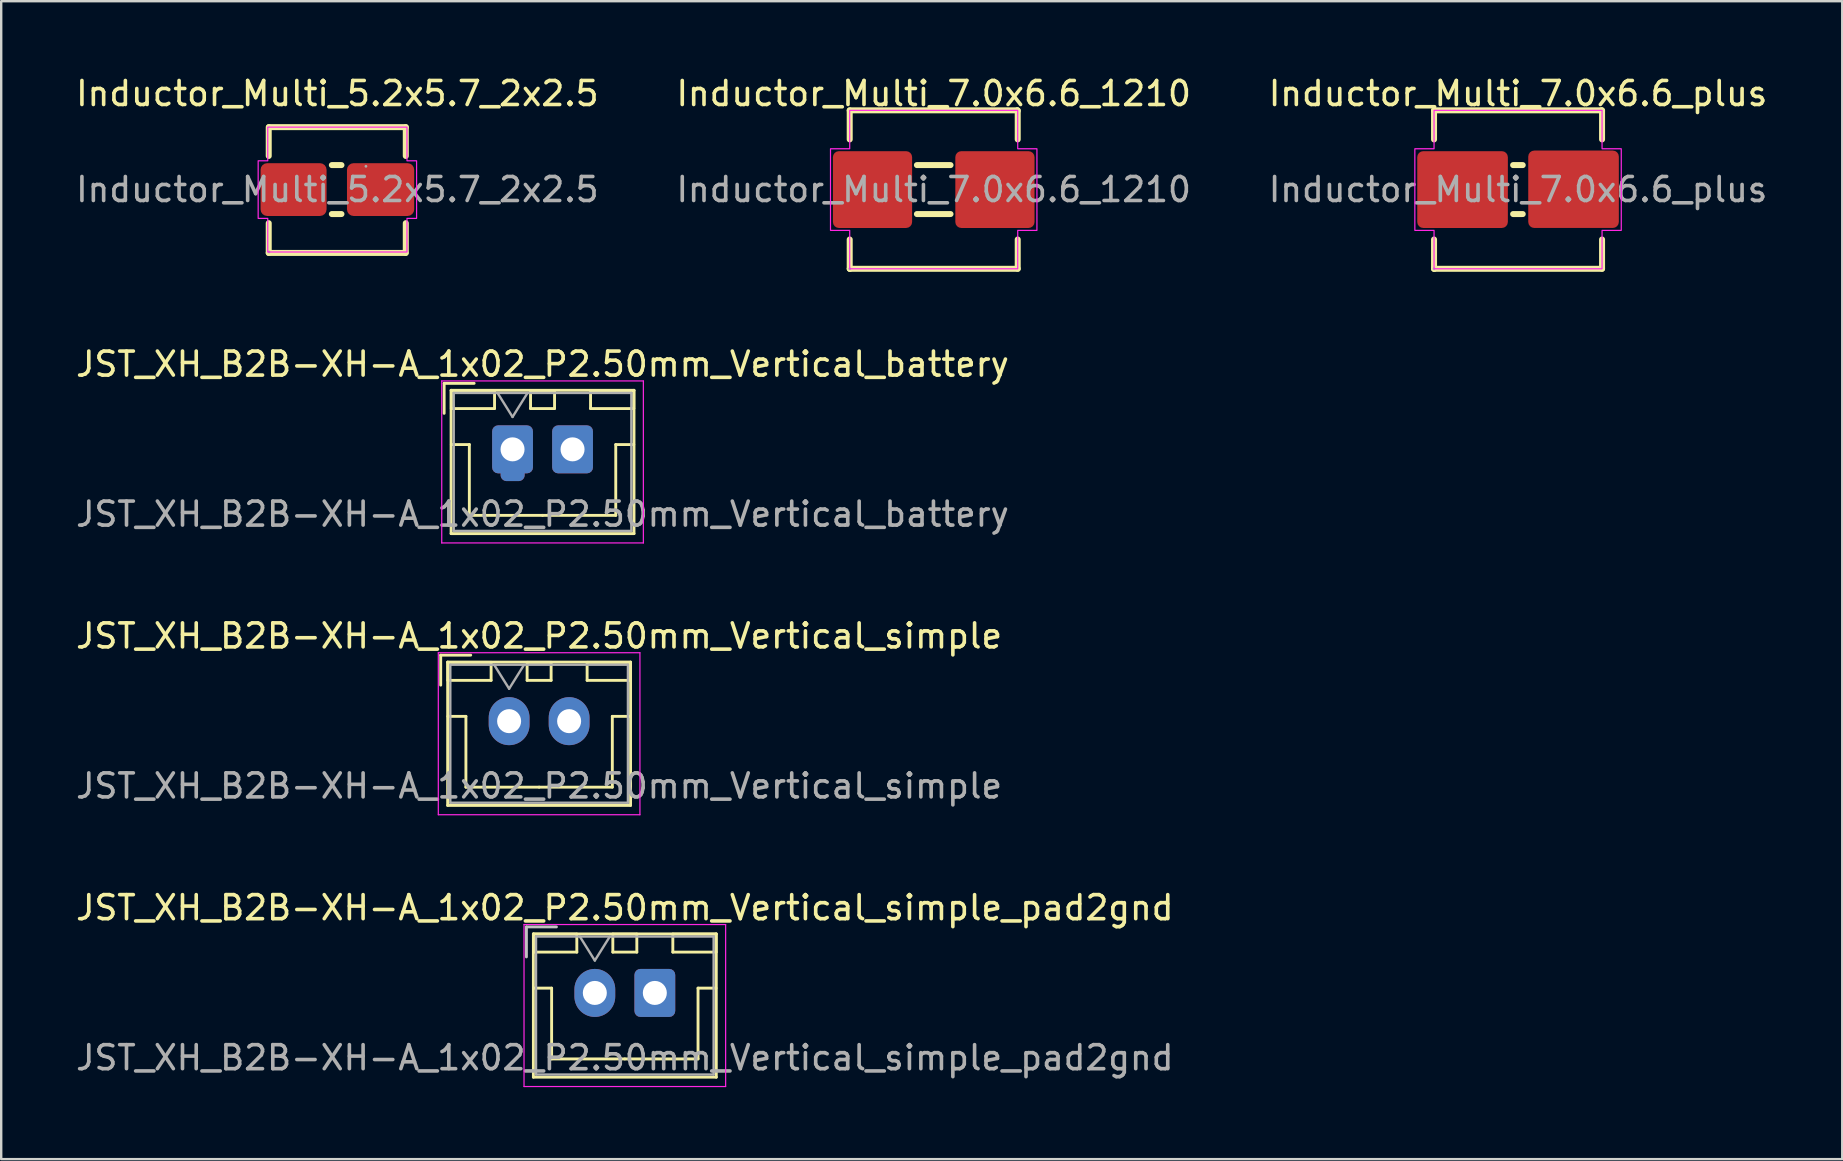
<source format=kicad_pcb>
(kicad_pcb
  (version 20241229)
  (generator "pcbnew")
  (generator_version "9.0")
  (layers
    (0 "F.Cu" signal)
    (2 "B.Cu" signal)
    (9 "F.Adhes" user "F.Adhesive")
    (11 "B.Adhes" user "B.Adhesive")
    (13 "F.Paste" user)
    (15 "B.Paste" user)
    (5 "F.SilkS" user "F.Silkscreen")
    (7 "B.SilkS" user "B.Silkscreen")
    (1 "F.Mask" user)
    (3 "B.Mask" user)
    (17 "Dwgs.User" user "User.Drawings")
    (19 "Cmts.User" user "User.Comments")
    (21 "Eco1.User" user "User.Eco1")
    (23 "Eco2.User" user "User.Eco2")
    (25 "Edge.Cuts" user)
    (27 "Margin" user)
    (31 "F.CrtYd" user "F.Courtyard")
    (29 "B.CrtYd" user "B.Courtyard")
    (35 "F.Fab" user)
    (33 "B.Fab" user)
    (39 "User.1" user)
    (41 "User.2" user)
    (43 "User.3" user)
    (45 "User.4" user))
  (footprint "JST_XH_B2B-XH-A_1x02_P2.50mm_Vertical_simple"
    (layer "F.Cu")
    (at 18.161 26.995)
    (property "Reference" "JST_XH_B2B-XH-A_1x02_P2.50mm_Vertical_simple" (at 1.25 -3.55 0) (layer "F.SilkS") (effects (font (size 1 1) (thickness 0.15))))
    (attr through_hole)
    (fp_line (start -2.85 -2.75) (end -2.85 -1.5) (stroke (width 0.12) (type solid)) (layer "F.SilkS"))
    (fp_line (start -2.56 -2.46) (end -2.56 3.51) (stroke (width 0.12) (type solid)) (layer "F.SilkS"))
    (fp_line (start -2.56 3.51) (end 5.06 3.51) (stroke (width 0.12) (type solid)) (layer "F.SilkS"))
    (fp_line (start -2.55 -2.45) (end -2.55 -1.7) (stroke (width 0.12) (type solid)) (layer "F.SilkS"))
    (fp_line (start -2.55 -1.7) (end -0.75 -1.7) (stroke (width 0.12) (type solid)) (layer "F.SilkS"))
    (fp_line (start -2.55 -0.2) (end -1.8 -0.2) (stroke (width 0.12) (type solid)) (layer "F.SilkS"))
    (fp_line (start -1.8 -0.2) (end -1.8 2.75) (stroke (width 0.12) (type solid)) (layer "F.SilkS"))
    (fp_line (start -1.8 2.75) (end 1.25 2.75) (stroke (width 0.12) (type solid)) (layer "F.SilkS"))
    (fp_line (start -1.6 -2.75) (end -2.85 -2.75) (stroke (width 0.12) (type solid)) (layer "F.SilkS"))
    (fp_line (start -0.75 -2.45) (end -2.55 -2.45) (stroke (width 0.12) (type solid)) (layer "F.SilkS"))
    (fp_line (start -0.75 -1.7) (end -0.75 -2.45) (stroke (width 0.12) (type solid)) (layer "F.SilkS"))
    (fp_line (start 0.75 -2.45) (end 0.75 -1.7) (stroke (width 0.12) (type solid)) (layer "F.SilkS"))
    (fp_line (start 0.75 -1.7) (end 1.75 -1.7) (stroke (width 0.12) (type solid)) (layer "F.SilkS"))
    (fp_line (start 1.75 -2.45) (end 0.75 -2.45) (stroke (width 0.12) (type solid)) (layer "F.SilkS"))
    (fp_line (start 1.75 -1.7) (end 1.75 -2.45) (stroke (width 0.12) (type solid)) (layer "F.SilkS"))
    (fp_line (start 3.25 -2.45) (end 3.25 -1.7) (stroke (width 0.12) (type solid)) (layer "F.SilkS"))
    (fp_line (start 3.25 -1.7) (end 5.05 -1.7) (stroke (width 0.12) (type solid)) (layer "F.SilkS"))
    (fp_line (start 4.3 -0.2) (end 4.3 2.75) (stroke (width 0.12) (type solid)) (layer "F.SilkS"))
    (fp_line (start 4.3 2.75) (end 1.25 2.75) (stroke (width 0.12) (type solid)) (layer "F.SilkS"))
    (fp_line (start 5.05 -2.45) (end 3.25 -2.45) (stroke (width 0.12) (type solid)) (layer "F.SilkS"))
    (fp_line (start 5.05 -1.7) (end 5.05 -2.45) (stroke (width 0.12) (type solid)) (layer "F.SilkS"))
    (fp_line (start 5.05 -0.2) (end 4.3 -0.2) (stroke (width 0.12) (type solid)) (layer "F.SilkS"))
    (fp_line (start 5.06 -2.46) (end -2.56 -2.46) (stroke (width 0.12) (type solid)) (layer "F.SilkS"))
    (fp_line (start 5.06 3.51) (end 5.06 -2.46) (stroke (width 0.12) (type solid)) (layer "F.SilkS"))
    (fp_line (start -2.95 -2.85) (end -2.95 3.9) (stroke (width 0.05) (type solid)) (layer "F.CrtYd"))
    (fp_line (start -2.95 3.9) (end 5.45 3.9) (stroke (width 0.05) (type solid)) (layer "F.CrtYd"))
    (fp_line (start 5.45 -2.85) (end -2.95 -2.85) (stroke (width 0.05) (type solid)) (layer "F.CrtYd"))
    (fp_line (start 5.45 3.9) (end 5.45 -2.85) (stroke (width 0.05) (type solid)) (layer "F.CrtYd"))
    (fp_line (start -2.45 -2.35) (end -2.45 3.4) (stroke (width 0.1) (type solid)) (layer "F.Fab"))
    (fp_line (start -2.45 3.4) (end 4.95 3.4) (stroke (width 0.1) (type solid)) (layer "F.Fab"))
    (fp_line (start -0.625 -2.35) (end 0 -1.35) (stroke (width 0.1) (type solid)) (layer "F.Fab"))
    (fp_line (start 0 -1.35) (end 0.625 -2.35) (stroke (width 0.1) (type solid)) (layer "F.Fab"))
    (fp_line (start 4.95 -2.35) (end -2.45 -2.35) (stroke (width 0.1) (type solid)) (layer "F.Fab"))
    (fp_line (start 4.95 3.4) (end 4.95 -2.35) (stroke (width 0.1) (type solid)) (layer "F.Fab"))
    (fp_text user "${REFERENCE}" (at 1.25 2.7 0) (layer "F.Fab") (effects (font (size 1 1) (thickness 0.15))))
    (pad "1" thru_hole oval (at 0 0) (size 1.7 2) (drill 1) (layers "*.Cu" "*.Mask"))
    (pad "2" thru_hole oval (at 2.5 0) (size 1.7 2) (drill 1) (layers "*.Cu" "*.Mask")))
  (footprint "JST_XH_B2B-XH-A_1x02_P2.50mm_Vertical_battery"
    (layer "F.Cu")
    (at 18.304 15.671)
    (property "Reference" "JST_XH_B2B-XH-A_1x02_P2.50mm_Vertical_battery" (at 1.25 -3.55 0) (layer "F.SilkS") (effects (font (size 1 1) (thickness 0.15))))
    (attr through_hole)
    (fp_line (start -2.85 -2.75) (end -2.85 -1.5) (stroke (width 0.12) (type solid)) (layer "F.SilkS"))
    (fp_line (start -2.56 -2.46) (end -2.56 3.51) (stroke (width 0.12) (type solid)) (layer "F.SilkS"))
    (fp_line (start -2.56 3.51) (end 5.06 3.51) (stroke (width 0.12) (type solid)) (layer "F.SilkS"))
    (fp_line (start -2.55 -2.45) (end -2.55 -1.7) (stroke (width 0.12) (type solid)) (layer "F.SilkS"))
    (fp_line (start -2.55 -1.7) (end -0.75 -1.7) (stroke (width 0.12) (type solid)) (layer "F.SilkS"))
    (fp_line (start -2.55 -0.2) (end -1.8 -0.2) (stroke (width 0.12) (type solid)) (layer "F.SilkS"))
    (fp_line (start -1.8 -0.2) (end -1.8 2.75) (stroke (width 0.12) (type solid)) (layer "F.SilkS"))
    (fp_line (start -1.8 2.75) (end 1.25 2.75) (stroke (width 0.12) (type solid)) (layer "F.SilkS"))
    (fp_line (start -1.6 -2.75) (end -2.85 -2.75) (stroke (width 0.12) (type solid)) (layer "F.SilkS"))
    (fp_line (start -0.75 -2.45) (end -2.55 -2.45) (stroke (width 0.12) (type solid)) (layer "F.SilkS"))
    (fp_line (start -0.75 -1.7) (end -0.75 -2.45) (stroke (width 0.12) (type solid)) (layer "F.SilkS"))
    (fp_line (start 0.75 -2.45) (end 0.75 -1.7) (stroke (width 0.12) (type solid)) (layer "F.SilkS"))
    (fp_line (start 0.75 -1.7) (end 1.75 -1.7) (stroke (width 0.12) (type solid)) (layer "F.SilkS"))
    (fp_line (start 1.75 -2.45) (end 0.75 -2.45) (stroke (width 0.12) (type solid)) (layer "F.SilkS"))
    (fp_line (start 1.75 -1.7) (end 1.75 -2.45) (stroke (width 0.12) (type solid)) (layer "F.SilkS"))
    (fp_line (start 3.25 -2.45) (end 3.25 -1.7) (stroke (width 0.12) (type solid)) (layer "F.SilkS"))
    (fp_line (start 3.25 -1.7) (end 5.05 -1.7) (stroke (width 0.12) (type solid)) (layer "F.SilkS"))
    (fp_line (start 4.3 -0.2) (end 4.3 2.75) (stroke (width 0.12) (type solid)) (layer "F.SilkS"))
    (fp_line (start 4.3 2.75) (end 1.25 2.75) (stroke (width 0.12) (type solid)) (layer "F.SilkS"))
    (fp_line (start 5.05 -2.45) (end 3.25 -2.45) (stroke (width 0.12) (type solid)) (layer "F.SilkS"))
    (fp_line (start 5.05 -1.7) (end 5.05 -2.45) (stroke (width 0.12) (type solid)) (layer "F.SilkS"))
    (fp_line (start 5.05 -0.2) (end 4.3 -0.2) (stroke (width 0.12) (type solid)) (layer "F.SilkS"))
    (fp_line (start 5.06 -2.46) (end -2.56 -2.46) (stroke (width 0.12) (type solid)) (layer "F.SilkS"))
    (fp_line (start 5.06 3.51) (end 5.06 -2.46) (stroke (width 0.12) (type solid)) (layer "F.SilkS"))
    (fp_line (start -2.95 -2.85) (end -2.95 3.9) (stroke (width 0.05) (type solid)) (layer "F.CrtYd"))
    (fp_line (start -2.95 3.9) (end 5.45 3.9) (stroke (width 0.05) (type solid)) (layer "F.CrtYd"))
    (fp_line (start 5.45 -2.85) (end -2.95 -2.85) (stroke (width 0.05) (type solid)) (layer "F.CrtYd"))
    (fp_line (start 5.45 3.9) (end 5.45 -2.85) (stroke (width 0.05) (type solid)) (layer "F.CrtYd"))
    (fp_line (start -2.45 -2.35) (end -2.45 3.4) (stroke (width 0.1) (type solid)) (layer "F.Fab"))
    (fp_line (start -2.45 3.4) (end 4.95 3.4) (stroke (width 0.1) (type solid)) (layer "F.Fab"))
    (fp_line (start -0.625 -2.35) (end 0 -1.35) (stroke (width 0.1) (type solid)) (layer "F.Fab"))
    (fp_line (start 0 -1.35) (end 0.625 -2.35) (stroke (width 0.1) (type solid)) (layer "F.Fab"))
    (fp_line (start 4.95 -2.35) (end -2.45 -2.35) (stroke (width 0.1) (type solid)) (layer "F.Fab"))
    (fp_line (start 4.95 3.4) (end 4.95 -2.35) (stroke (width 0.1) (type solid)) (layer "F.Fab"))
    (fp_text user "${REFERENCE}" (at 1.25 2.7 0) (layer "F.Fab") (effects (font (size 1 1) (thickness 0.15))))
    (pad "1" thru_hole custom (at 0 0) (size 1.7 1.7) (drill 1) (layers "*.Cu" "*.Mask") (options (anchor circle)) (primitives (gr_poly (pts (xy -0.85 -0.75) (xy -0.831 -0.846) (xy -0.777 -0.927) (xy -0.696 -0.981) (xy -0.6 -1) (xy 0.6 -1) (xy 0.696 -0.981) (xy 0.777 -0.927) (xy 0.831 -0.846) (xy 0.85 -0.75) (xy 0.85 0.75) (xy 0.831 0.846) (xy 0.777 0.927) (xy 0.696 0.981) (xy 0.6 1) (xy -0.6 1) (xy -0.696 0.981) (xy -0.777 0.927) (xy -0.831 0.846) (xy -0.85 0.75)) (width 0) (fill yes)) (gr_poly (pts (arc (start -0.496 1.0708) (mid -0.422777 1.247577) (end -0.246 1.3208)) (arc (start 0.254 1.3208) (mid 0.430777 1.247577) (end 0.504 1.0708)) (arc (start 0.504 0.8208) (mid 0.430777 0.644023) (end 0.254 0.5708)) (arc (start -0.246 0.5708) (mid -0.422777 0.644023) (end -0.496 0.8208))) (width 0) (fill yes))))
    (pad "2" thru_hole custom (at 2.5 0) (size 1.7 1.7) (drill 1) (layers "*.Cu" "*.Mask") (options (anchor circle)) (primitives (gr_poly (pts (xy -0.85 -0.75) (xy -0.831 -0.846) (xy -0.777 -0.927) (xy -0.696 -0.981) (xy -0.6 -1) (xy 0.6 -1) (xy 0.696 -0.981) (xy 0.777 -0.927) (xy 0.831 -0.846) (xy 0.85 -0.75) (xy 0.85 0.75) (xy 0.831 0.846) (xy 0.777 0.927) (xy 0.696 0.981) (xy 0.6 1) (xy -0.6 1) (xy -0.696 0.981) (xy -0.777 0.927) (xy -0.831 0.846) (xy -0.85 0.75)) (width 0) (fill yes)))))
  (footprint "JST_XH_B2B-XH-A_1x02_P2.50mm_Vertical_simple_pad2gnd"
    (layer "F.Cu")
    (at 21.732 38.318)
    (property "Reference" "JST_XH_B2B-XH-A_1x02_P2.50mm_Vertical_simple_pad2gnd" (at 1.25 -3.55 0) (layer "F.SilkS") (effects (font (size 1 1) (thickness 0.15))))
    (attr through_hole)
    (fp_line (start -2.56 -2.46) (end -2.56 3.51) (stroke (width 0.12) (type solid)) (layer "F.SilkS"))
    (fp_line (start -2.56 3.51) (end 5.06 3.51) (stroke (width 0.12) (type solid)) (layer "F.SilkS"))
    (fp_line (start -2.55 -2.45) (end -2.55 -1.7) (stroke (width 0.12) (type solid)) (layer "F.SilkS"))
    (fp_line (start -2.55 -1.7) (end -0.75 -1.7) (stroke (width 0.12) (type solid)) (layer "F.SilkS"))
    (fp_line (start -2.55 -0.2) (end -1.8 -0.2) (stroke (width 0.12) (type solid)) (layer "F.SilkS"))
    (fp_line (start -1.8 -0.2) (end -1.8 2.75) (stroke (width 0.12) (type solid)) (layer "F.SilkS"))
    (fp_line (start -1.8 2.75) (end 1.25 2.75) (stroke (width 0.12) (type solid)) (layer "F.SilkS"))
    (fp_line (start -0.75 -2.45) (end -2.55 -2.45) (stroke (width 0.12) (type solid)) (layer "F.SilkS"))
    (fp_line (start -0.75 -1.7) (end -0.75 -2.45) (stroke (width 0.12) (type solid)) (layer "F.SilkS"))
    (fp_line (start 0.75 -2.45) (end 0.75 -1.7) (stroke (width 0.12) (type solid)) (layer "F.SilkS"))
    (fp_line (start 0.75 -1.7) (end 1.75 -1.7) (stroke (width 0.12) (type solid)) (layer "F.SilkS"))
    (fp_line (start 1.75 -2.45) (end 0.75 -2.45) (stroke (width 0.12) (type solid)) (layer "F.SilkS"))
    (fp_line (start 1.75 -1.7) (end 1.75 -2.45) (stroke (width 0.12) (type solid)) (layer "F.SilkS"))
    (fp_line (start 3.25 -2.45) (end 3.25 -1.7) (stroke (width 0.12) (type solid)) (layer "F.SilkS"))
    (fp_line (start 3.25 -1.7) (end 5.05 -1.7) (stroke (width 0.12) (type solid)) (layer "F.SilkS"))
    (fp_line (start 4.3 -0.2) (end 4.3 2.75) (stroke (width 0.12) (type solid)) (layer "F.SilkS"))
    (fp_line (start 4.3 2.75) (end 1.25 2.75) (stroke (width 0.12) (type solid)) (layer "F.SilkS"))
    (fp_line (start 5.05 -2.45) (end 3.25 -2.45) (stroke (width 0.12) (type solid)) (layer "F.SilkS"))
    (fp_line (start 5.05 -1.7) (end 5.05 -2.45) (stroke (width 0.12) (type solid)) (layer "F.SilkS"))
    (fp_line (start 5.05 -0.2) (end 4.3 -0.2) (stroke (width 0.12) (type solid)) (layer "F.SilkS"))
    (fp_line (start 5.06 -2.46) (end -2.56 -2.46) (stroke (width 0.12) (type solid)) (layer "F.SilkS"))
    (fp_line (start 5.06 3.51) (end 5.06 -2.46) (stroke (width 0.12) (type solid)) (layer "F.SilkS"))
    (fp_line (start -2.85 -2.75) (end -2.85 -1.5) (stroke (width 0.12) (type solid)) (layer "Dwgs.User"))
    (fp_line (start -1.6 -2.75) (end -2.85 -2.75) (stroke (width 0.12) (type solid)) (layer "Dwgs.User"))
    (fp_line (start -2.95 -2.85) (end -2.95 3.9) (stroke (width 0.05) (type solid)) (layer "F.CrtYd"))
    (fp_line (start -2.95 3.9) (end 5.45 3.9) (stroke (width 0.05) (type solid)) (layer "F.CrtYd"))
    (fp_line (start 5.45 -2.85) (end -2.95 -2.85) (stroke (width 0.05) (type solid)) (layer "F.CrtYd"))
    (fp_line (start 5.45 3.9) (end 5.45 -2.85) (stroke (width 0.05) (type solid)) (layer "F.CrtYd"))
    (fp_line (start -2.45 -2.35) (end -2.45 3.4) (stroke (width 0.1) (type solid)) (layer "F.Fab"))
    (fp_line (start -2.45 3.4) (end 4.95 3.4) (stroke (width 0.1) (type solid)) (layer "F.Fab"))
    (fp_line (start -0.625 -2.35) (end 0 -1.35) (stroke (width 0.1) (type solid)) (layer "F.Fab"))
    (fp_line (start 0 -1.35) (end 0.625 -2.35) (stroke (width 0.1) (type solid)) (layer "F.Fab"))
    (fp_line (start 4.95 -2.35) (end -2.45 -2.35) (stroke (width 0.1) (type solid)) (layer "F.Fab"))
    (fp_line (start 4.95 3.4) (end 4.95 -2.35) (stroke (width 0.1) (type solid)) (layer "F.Fab"))
    (fp_text user "${REFERENCE}" (at 1.25 2.7 0) (layer "F.Fab") (effects (font (size 1 1) (thickness 0.15))))
    (pad "1" thru_hole oval (at 0 0) (size 1.7 2) (drill 1) (layers "*.Cu" "*.Mask"))
    (pad "2" thru_hole roundrect (at 2.5 0) (size 1.7 2) (drill 1) (layers "*.Cu" "*.Mask") (roundrect_rratio 0.147)))
  (footprint "Inductor_Multi_7.0x6.6_1210"
    (layer "F.Cu")
    (at 35.851 4.848)
    (property "Reference" "Inductor_Multi_7.0x6.6_1210" (at 0 -4 0) (layer "F.SilkS") (effects (font (size 1 1) (thickness 0.15))))
    (attr smd)
    (fp_line (start -3.5 -3.3) (end 3.48 -3.3) (stroke (width 0.25) (type solid)) (layer "F.SilkS"))
    (fp_line (start -3.5 -2.09) (end -3.5 -3.3) (stroke (width 0.25) (type solid)) (layer "F.SilkS"))
    (fp_line (start -3.5 3.3) (end -3.5 2.08) (stroke (width 0.25) (type solid)) (layer "F.SilkS"))
    (fp_line (start -3.49 3.3) (end -3.5 3.3) (stroke (width 0.25) (type solid)) (layer "F.SilkS"))
    (fp_line (start -0.7 1.02) (end 0.7 1.02) (stroke (width 0.25) (type solid)) (layer "F.SilkS"))
    (fp_line (start 0.7 -1.02) (end -0.7 -1.02) (stroke (width 0.25) (type solid)) (layer "F.SilkS"))
    (fp_line (start 3.48 -3.3) (end 3.5 -3.28) (stroke (width 0.25) (type solid)) (layer "F.SilkS"))
    (fp_line (start 3.5 -3.3) (end 3.5 -2.09) (stroke (width 0.25) (type solid)) (layer "F.SilkS"))
    (fp_line (start 3.5 2.08) (end 3.5 3.3) (stroke (width 0.25) (type solid)) (layer "F.SilkS"))
    (fp_line (start 3.5 3.3) (end -3.49 3.3) (stroke (width 0.25) (type solid)) (layer "F.SilkS"))
    (fp_poly (pts (xy -3.5 -3.3) (xy 3.5 -3.3) (xy 3.5 -1.7) (xy 4.3 -1.7) (xy 4.3 1.7) (xy 3.5 1.7) (xy 3.5 3.3) (xy -3.5 3.3) (xy -3.5 1.7) (xy -4.3 1.7) (xy -4.3 -1.7) (xy -3.5 -1.7)) (stroke (width 0.05) (type solid)) (fill no) (layer "F.CrtYd"))
    (fp_circle (center -3.5 3.3) (end -3.47 3.3) (stroke (width 0.06) (type solid)) (fill no) (layer "F.Fab"))
    (fp_text user "${REFERENCE}" (at 0 0 0) (layer "F.Fab") (effects (font (size 1 1) (thickness 0.15))))
    (pad "1" smd roundrect (at -2.55 0) (size 3.3 3.2) (layers "F.Cu" "F.Mask" "F.Paste") (roundrect_rratio 0.078))
    (pad "2" smd roundrect (at 2.55 0) (size 3.3 3.2) (layers "F.Cu" "F.Mask" "F.Paste") (roundrect_rratio 0.078)))
  (footprint "Inductor_Multi_7.0x6.6_plus"
    (layer "F.Cu")
    (at 60.196 4.848)
    (property "Reference" "Inductor_Multi_7.0x6.6_plus" (at 0 -4 0) (layer "F.SilkS") (effects (font (size 1 1) (thickness 0.15))))
    (attr smd)
    (fp_line (start -3.5 -3.3) (end 3.48 -3.3) (stroke (width 0.25) (type solid)) (layer "F.SilkS"))
    (fp_line (start -3.5 -2.09) (end -3.5 -3.3) (stroke (width 0.25) (type solid)) (layer "F.SilkS"))
    (fp_line (start -3.5 3.3) (end -3.5 2.08) (stroke (width 0.25) (type solid)) (layer "F.SilkS"))
    (fp_line (start -3.49 3.3) (end -3.5 3.3) (stroke (width 0.25) (type solid)) (layer "F.SilkS"))
    (fp_line (start -0.205 1.02) (end 0.195 1.02) (stroke (width 0.25) (type solid)) (layer "F.SilkS"))
    (fp_line (start 0.195 -1.02) (end -0.205 -1.02) (stroke (width 0.25) (type solid)) (layer "F.SilkS"))
    (fp_line (start 3.48 -3.3) (end 3.5 -3.28) (stroke (width 0.25) (type solid)) (layer "F.SilkS"))
    (fp_line (start 3.5 -3.3) (end 3.5 -2.09) (stroke (width 0.25) (type solid)) (layer "F.SilkS"))
    (fp_line (start 3.5 2.08) (end 3.5 3.3) (stroke (width 0.25) (type solid)) (layer "F.SilkS"))
    (fp_line (start 3.5 3.3) (end -3.49 3.3) (stroke (width 0.25) (type solid)) (layer "F.SilkS"))
    (fp_poly (pts (xy -3.5 -3.3) (xy 3.5 -3.3) (xy 3.5 -1.7) (xy 4.3 -1.7) (xy 4.3 1.7) (xy 3.5 1.7) (xy 3.5 3.3) (xy -3.5 3.3) (xy -3.5 1.7) (xy -4.3 1.7) (xy -4.3 -1.7) (xy -3.5 -1.7)) (stroke (width 0.05) (type solid)) (fill no) (layer "F.CrtYd"))
    (fp_circle (center -3.5 3.3) (end -3.47 3.3) (stroke (width 0.06) (type solid)) (fill no) (layer "F.Fab"))
    (fp_text user "${REFERENCE}" (at 0 0 0) (layer "F.Fab") (effects (font (size 1 1) (thickness 0.15))))
    (pad "1" smd roundrect (at -2.312 0) (size 3.775 3.2) (layers "F.Cu" "F.Mask" "F.Paste") (roundrect_rratio 0.078))
    (pad "2" smd roundrect (at 2.312 -0.013) (size 3.775 3.225) (layers "F.Cu" "F.Mask" "F.Paste") (roundrect_rratio 0.078)))
  (footprint "Inductor_Multi_5.2x5.7_2x2.5"
    (layer "F.Cu")
    (at 11.006 4.848)
    (property "Reference" "Inductor_Multi_5.2x5.7_2x2.5" (at 0 -4 0) (layer "F.SilkS") (effects (font (size 1 1) (thickness 0.15))))
    (attr smd)
    (fp_line (start -2.86 -1.4) (end -2.86 -2.6) (stroke (width 0.25) (type solid)) (layer "F.SilkS"))
    (fp_line (start -2.86 2.64) (end -2.86 1.4) (stroke (width 0.25) (type solid)) (layer "F.SilkS"))
    (fp_line (start -2.85 -2.6) (end 2.85 -2.6) (stroke (width 0.25) (type solid)) (layer "F.SilkS"))
    (fp_line (start -0.23 1.02) (end 0.17 1.02) (stroke (width 0.25) (type solid)) (layer "F.SilkS"))
    (fp_line (start 0.17 -1.02) (end -0.23 -1.02) (stroke (width 0.25) (type solid)) (layer "F.SilkS"))
    (fp_line (start 2.84 2.64) (end -2.86 2.64) (stroke (width 0.25) (type solid)) (layer "F.SilkS"))
    (fp_line (start 2.85 -2.6) (end 2.85 -1.4) (stroke (width 0.25) (type solid)) (layer "F.SilkS"))
    (fp_line (start 2.85 1.4) (end 2.85 2.64) (stroke (width 0.25) (type solid)) (layer "F.SilkS"))
    (fp_poly (pts (xy -2.9 -2.6) (xy 2.9 -2.6) (xy 2.9 -1.2) (xy 3.3 -1.2) (xy 3.3 1.2) (xy 2.9 1.2) (xy 2.9 2.6) (xy -2.9 2.6) (xy -2.9 1.2) (xy -3.3 1.2) (xy -3.3 -1.2) (xy -2.9 -1.2)) (stroke (width 0.05) (type solid)) (fill no) (layer "F.CrtYd"))
    (fp_circle (center -2.85 2.6) (end -2.82 2.6) (stroke (width 0.06) (type solid)) (fill no) (layer "F.Fab"))
    (fp_circle (center 1.19 -0.97) (end 1.16 -0.97) (stroke (width 0.06) (type solid)) (fill no) (layer "F.Fab"))
    (fp_text user "${REFERENCE}" (at 0 0 0) (layer "F.Fab") (effects (font (size 1 1) (thickness 0.15))))
    (pad "1" smd roundrect (at -1.825 0 270) (size 2.2 2.75) (layers "F.Cu" "F.Mask" "F.Paste") (roundrect_rratio 0.125))
    (pad "2" smd roundrect (at 1.8 0 270) (size 2.2 2.8) (layers "F.Cu" "F.Mask" "F.Paste") (roundrect_rratio 0.125)))
  (gr_rect
    (start -3 -3)
    (end 73.702 45.243)
    (stroke (width 0.1) (type default))
    (fill no)
    (layer "Edge.Cuts")))
</source>
